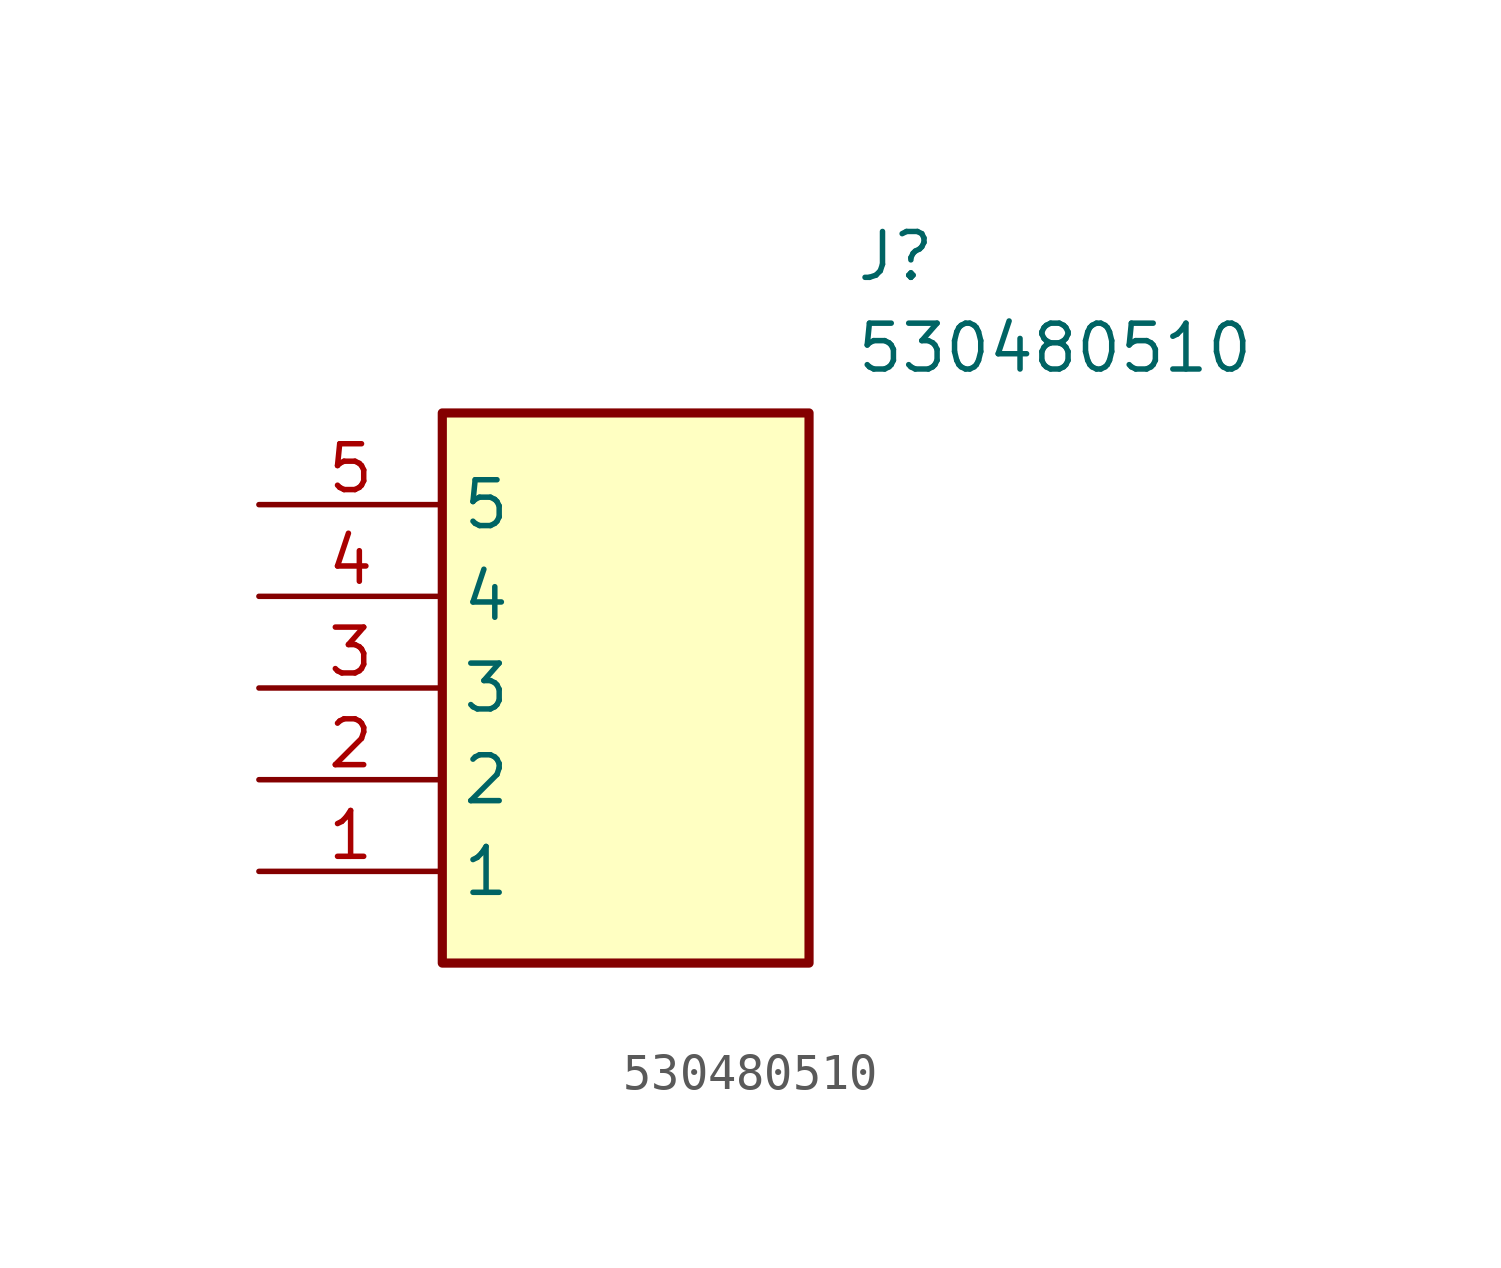
<source format=kicad_sym>
(kicad_symbol_lib
  (version 20220914)
  (generator kicad_symbol_editor)
  (symbol "530480510"
    (property "Reference" "J"
      (at 16.51 7.62 0)
      (effects (font (size 1.27 1.27)) (justify left top)))
    (property "Value" "530480510"
      (at 16.51 5.08 0)
      (effects (font (size 1.27 1.27)) (justify left top)))
    (symbol "530480510_1_1"
      (rectangle (start 5.08 2.54) (end 15.24 -12.7) (stroke (width 0.254) (type default)) (fill (type background)))
      (pin passive line (at 0 -10.16 0) (length 5.08) (name "1" (effects (font (size 1.27 1.27)))) (number "1" (effects (font (size 1.27 1.27)))))
      (pin passive line (at 0 -7.62 0) (length 5.08) (name "2" (effects (font (size 1.27 1.27)))) (number "2" (effects (font (size 1.27 1.27)))))
      (pin passive line (at 0 -5.08 0) (length 5.08) (name "3" (effects (font (size 1.27 1.27)))) (number "3" (effects (font (size 1.27 1.27)))))
      (pin passive line (at 0 -2.54 0) (length 5.08) (name "4" (effects (font (size 1.27 1.27)))) (number "4" (effects (font (size 1.27 1.27)))))
      (pin passive line (at 0 0 0) (length 5.08) (name "5" (effects (font (size 1.27 1.27)))) (number "5" (effects (font (size 1.27 1.27))))))))
</source>
